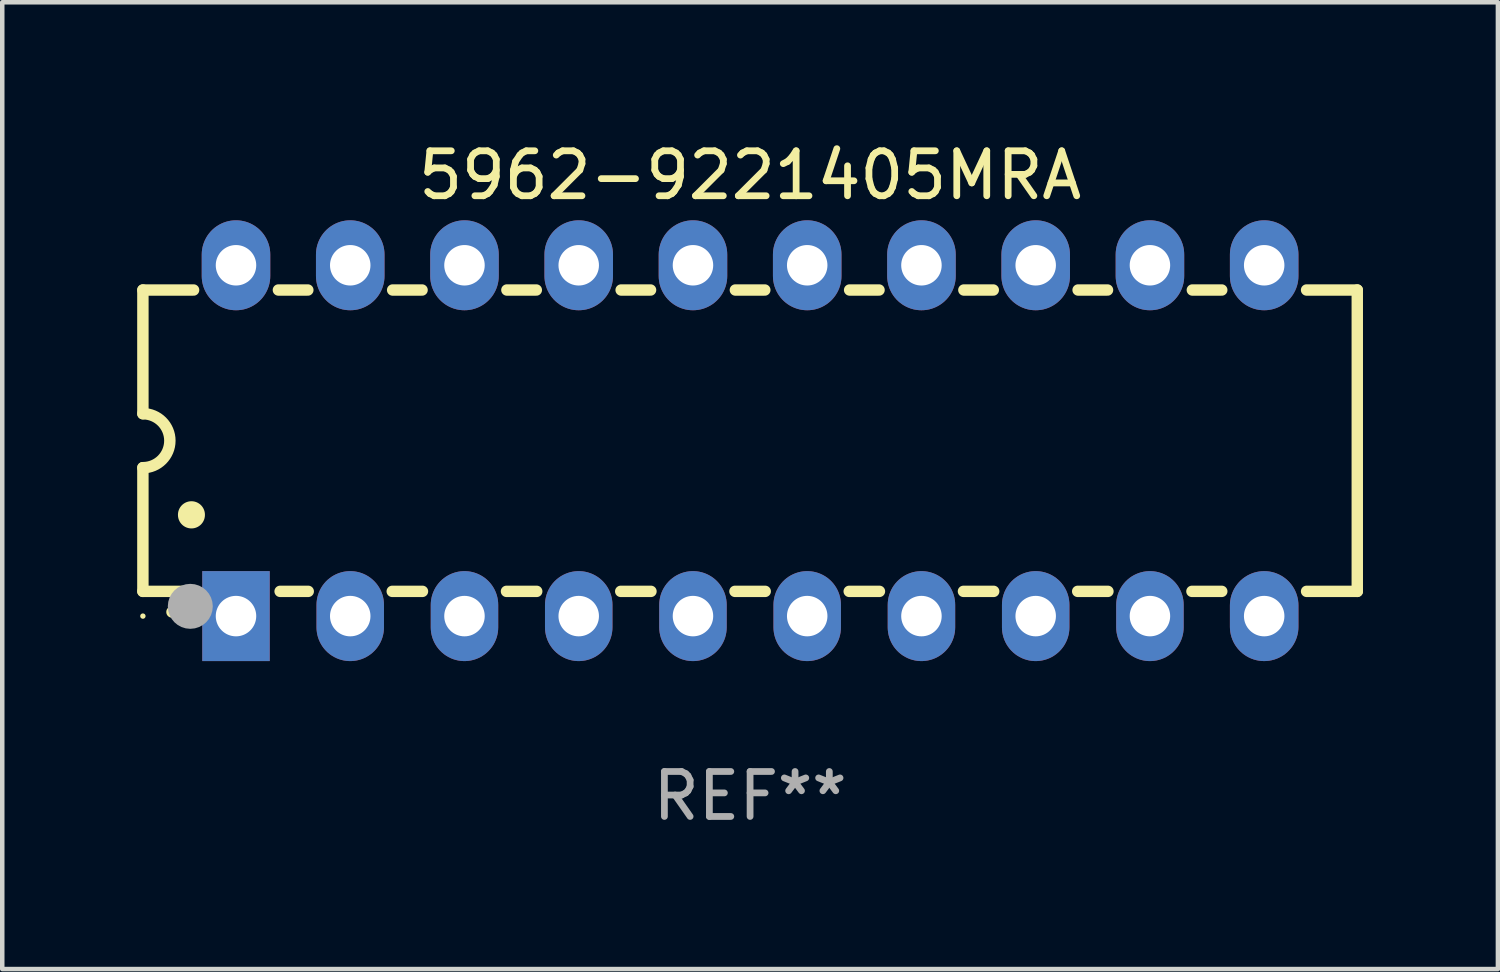
<source format=kicad_pcb>
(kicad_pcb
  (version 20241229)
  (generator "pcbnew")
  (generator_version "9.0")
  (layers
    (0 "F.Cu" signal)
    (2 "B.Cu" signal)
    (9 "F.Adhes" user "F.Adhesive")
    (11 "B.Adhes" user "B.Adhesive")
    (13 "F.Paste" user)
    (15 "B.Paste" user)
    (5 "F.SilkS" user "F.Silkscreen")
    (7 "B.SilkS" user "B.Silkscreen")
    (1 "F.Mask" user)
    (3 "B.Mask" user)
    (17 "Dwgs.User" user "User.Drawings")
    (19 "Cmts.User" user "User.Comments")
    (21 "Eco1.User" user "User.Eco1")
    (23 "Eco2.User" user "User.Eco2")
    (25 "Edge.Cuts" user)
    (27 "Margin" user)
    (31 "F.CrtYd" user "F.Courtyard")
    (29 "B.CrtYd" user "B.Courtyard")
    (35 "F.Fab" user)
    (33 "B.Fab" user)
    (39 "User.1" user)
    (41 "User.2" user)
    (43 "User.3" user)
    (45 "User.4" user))
  (footprint "5962-9221405MRA"
    (layer "F.Cu")
    (at 13.627 6.748)
    (property "Reference" "5962-9221405MRA" (at 0 -5.9 0) (layer "F.SilkS") (effects (font (size 1 1) (thickness 0.15))))
    (attr through_hole)
    (fp_line (start -13.5 -3.35) (end -12.373 -3.35) (stroke (width 0.254) (type solid)) (layer "F.SilkS"))
    (fp_line (start -13.5 -0.6) (end -13.5 -3.35) (stroke (width 0.254) (type solid)) (layer "F.SilkS"))
    (fp_line (start -13.5 3.35) (end -13.5 0.6) (stroke (width 0.254) (type solid)) (layer "F.SilkS"))
    (fp_line (start -13.5 3.35) (end -12.411 3.35) (stroke (width 0.254) (type solid)) (layer "F.SilkS"))
    (fp_line (start -10.487 -3.35) (end -9.833 -3.35) (stroke (width 0.254) (type solid)) (layer "F.SilkS"))
    (fp_line (start -10.449 3.35) (end -9.824 3.35) (stroke (width 0.254) (type solid)) (layer "F.SilkS"))
    (fp_line (start -7.956 3.35) (end -7.284 3.35) (stroke (width 0.254) (type solid)) (layer "F.SilkS"))
    (fp_line (start -7.947 -3.35) (end -7.293 -3.35) (stroke (width 0.254) (type solid)) (layer "F.SilkS"))
    (fp_line (start -5.416 3.35) (end -4.744 3.35) (stroke (width 0.254) (type solid)) (layer "F.SilkS"))
    (fp_line (start -5.407 -3.35) (end -4.753 -3.35) (stroke (width 0.254) (type solid)) (layer "F.SilkS"))
    (fp_line (start -2.876 3.35) (end -2.204 3.35) (stroke (width 0.254) (type solid)) (layer "F.SilkS"))
    (fp_line (start -2.867 -3.35) (end -2.213 -3.35) (stroke (width 0.254) (type solid)) (layer "F.SilkS"))
    (fp_line (start -0.336 3.35) (end 0.336 3.35) (stroke (width 0.254) (type solid)) (layer "F.SilkS"))
    (fp_line (start -0.327 -3.35) (end 0.327 -3.35) (stroke (width 0.254) (type solid)) (layer "F.SilkS"))
    (fp_line (start 2.204 3.35) (end 2.876 3.35) (stroke (width 0.254) (type solid)) (layer "F.SilkS"))
    (fp_line (start 2.213 -3.35) (end 2.867 -3.35) (stroke (width 0.254) (type solid)) (layer "F.SilkS"))
    (fp_line (start 4.744 3.35) (end 5.416 3.35) (stroke (width 0.254) (type solid)) (layer "F.SilkS"))
    (fp_line (start 4.753 -3.35) (end 5.407 -3.35) (stroke (width 0.254) (type solid)) (layer "F.SilkS"))
    (fp_line (start 7.284 3.35) (end 7.956 3.35) (stroke (width 0.254) (type solid)) (layer "F.SilkS"))
    (fp_line (start 7.293 -3.35) (end 7.947 -3.35) (stroke (width 0.254) (type solid)) (layer "F.SilkS"))
    (fp_line (start 9.824 3.35) (end 10.487 3.35) (stroke (width 0.254) (type solid)) (layer "F.SilkS"))
    (fp_line (start 9.833 -3.35) (end 10.487 -3.35) (stroke (width 0.254) (type solid)) (layer "F.SilkS"))
    (fp_line (start 12.373 -3.35) (end 13.5 -3.35) (stroke (width 0.254) (type solid)) (layer "F.SilkS"))
    (fp_line (start 12.373 3.35) (end 13.5 3.35) (stroke (width 0.254) (type solid)) (layer "F.SilkS"))
    (fp_line (start 13.5 -3.35) (end 13.5 3.35) (stroke (width 0.254) (type solid)) (layer "F.SilkS"))
    (fp_arc (start -13.500127 -0.599442) (mid -12.900406 0.000228) (end -13.500025 0.6) (stroke (width 0.254001) (type solid)) (layer "F.SilkS"))
    (fp_arc (start -12.854966 3.810008) (mid -12.854973 3.808738) (end -12.854966 3.807468) (stroke (width 0.25) (type solid)) (layer "F.SilkS"))
    (fp_arc (start -12.420625 1.651003) (mid -12.420636 1.648463) (end -12.420625 1.645923) (stroke (width 0.6) (type solid)) (layer "F.SilkS"))
    (fp_circle (center -13.5 3.9) (end -13.47 3.9) (stroke (width 0.06) (type solid)) (fill no) (layer "F.SilkS"))
    (fp_circle (center -12.446 3.683) (end -12.196 3.683) (stroke (width 0.5) (type solid)) (fill no) (layer "F.Fab"))
    (fp_text user "REF**" (at 0 7.9 0) (layer "F.Fab") (effects (font (size 1 1) (thickness 0.15))))
    (pad "1" thru_hole rect (at -11.43 3.9 90) (size 2 1.5) (drill 0.9) (layers "*.Cu" "*.Mask"))
    (pad "2" thru_hole oval (at -8.89 3.9 90) (size 2 1.5) (drill 0.9) (layers "*.Cu" "*.Mask"))
    (pad "3" thru_hole oval (at -6.35 3.9 90) (size 2 1.5) (drill 0.9) (layers "*.Cu" "*.Mask"))
    (pad "4" thru_hole oval (at -3.81 3.9 90) (size 2 1.5) (drill 0.9) (layers "*.Cu" "*.Mask"))
    (pad "5" thru_hole oval (at -1.27 3.9 90) (size 2 1.5) (drill 0.9) (layers "*.Cu" "*.Mask"))
    (pad "6" thru_hole oval (at 1.27 3.9 90) (size 2 1.5) (drill 0.9) (layers "*.Cu" "*.Mask"))
    (pad "7" thru_hole oval (at 3.81 3.9 90) (size 2 1.5) (drill 0.9) (layers "*.Cu" "*.Mask"))
    (pad "8" thru_hole oval (at 6.35 3.9 90) (size 2 1.5) (drill 0.9) (layers "*.Cu" "*.Mask"))
    (pad "9" thru_hole oval (at 8.89 3.9 90) (size 2 1.5) (drill 0.9) (layers "*.Cu" "*.Mask"))
    (pad "10" thru_hole oval (at 11.43 3.9 90) (size 2 1.524) (drill 0.9) (layers "*.Cu" "*.Mask"))
    (pad "11" thru_hole oval (at 11.43 -3.9 90) (size 2 1.524) (drill 0.9) (layers "*.Cu" "*.Mask"))
    (pad "12" thru_hole oval (at 8.89 -3.9 90) (size 2 1.524) (drill 0.9) (layers "*.Cu" "*.Mask"))
    (pad "13" thru_hole oval (at 6.35 -3.9 90) (size 2 1.524) (drill 0.9) (layers "*.Cu" "*.Mask"))
    (pad "14" thru_hole oval (at 3.81 -3.9 90) (size 2 1.524) (drill 0.9) (layers "*.Cu" "*.Mask"))
    (pad "15" thru_hole oval (at 1.27 -3.9 90) (size 2 1.524) (drill 0.9) (layers "*.Cu" "*.Mask"))
    (pad "16" thru_hole oval (at -1.27 -3.9 90) (size 2 1.524) (drill 0.9) (layers "*.Cu" "*.Mask"))
    (pad "17" thru_hole oval (at -3.81 -3.9 90) (size 2 1.524) (drill 0.9) (layers "*.Cu" "*.Mask"))
    (pad "18" thru_hole oval (at -6.35 -3.9 90) (size 2 1.524) (drill 0.9) (layers "*.Cu" "*.Mask"))
    (pad "19" thru_hole oval (at -8.89 -3.9 90) (size 2 1.524) (drill 0.9) (layers "*.Cu" "*.Mask"))
    (pad "20" thru_hole oval (at -11.43 -3.9 90) (size 2 1.524) (drill 0.9) (layers "*.Cu" "*.Mask")))
  (gr_rect
    (start -3 -3)
    (end 30.254 18.496)
    (stroke (width 0.1) (type default))
    (fill no)
    (layer "Edge.Cuts")))
</source>
